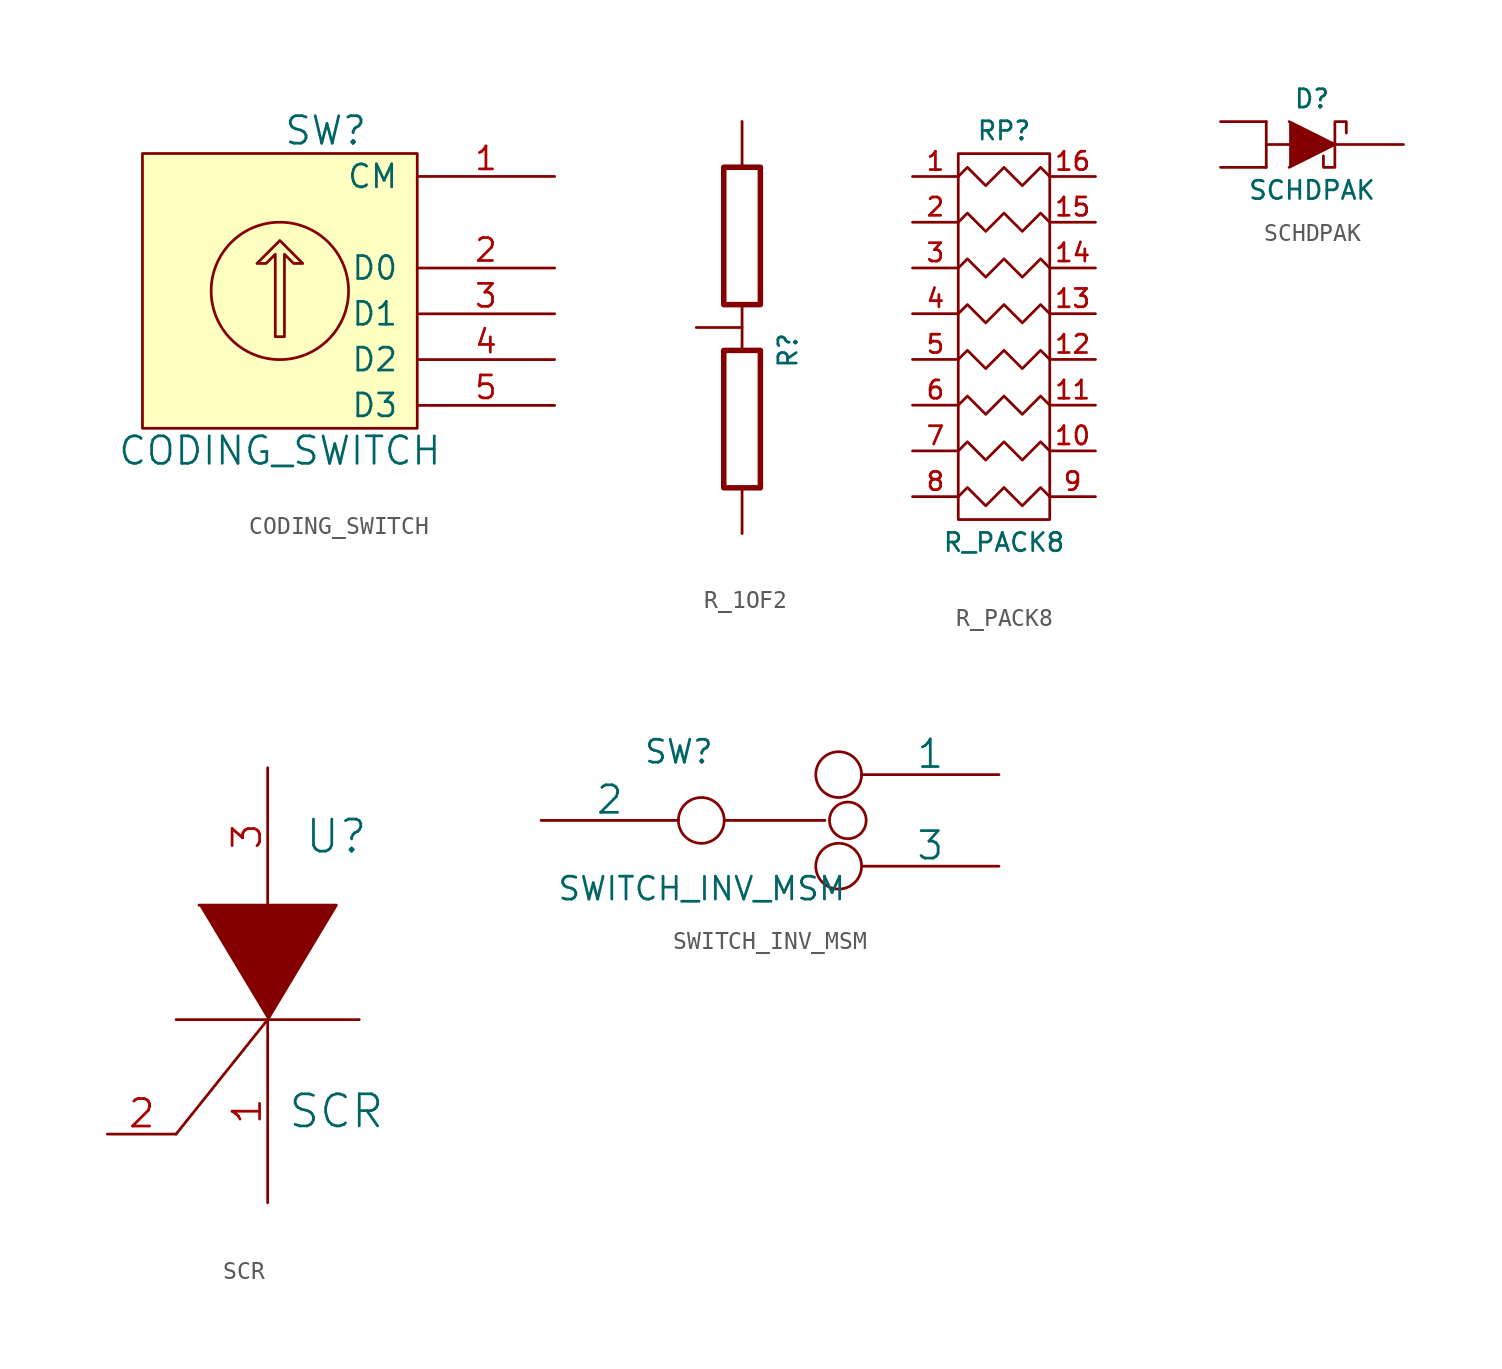
<source format=kicad_sym>
(kicad_symbol_lib
  (version 20211014)
  (generator kicad_symbol_editor)
  (symbol "CODING_SWITCH"
    (pin_names
      (offset 1.016))
    (property "Reference" "SW"
      (at 2.54 8.89 0)
      (effects (font (size 1.524 1.524))))
    (property "Value" "CODING_SWITCH"
      (at 0 -8.865 0)
      (effects (font (size 1.524 1.524))))
    (property "Footprint" ""
      (at 0 0 0)
      (effects (font (size 1.524 1.524))))
    (property "Datasheet" ""
      (at 0 0 0)
      (effects (font (size 1.524 1.524))))
    (symbol "CODING_SWITCH_0_1"
      (polyline (pts (xy -0.254 -2.54) (xy -0.254 2.032) (xy -0.762 1.524) (xy -1.27 1.524) (xy 0 2.794) (xy 1.27 1.524) (xy 0.762 1.524) (xy 0.254 2.032) (xy 0.254 -2.54) (xy -0.254 -2.54) (xy -0.254 -2.54)) (stroke (width 0) (type default) (color 0 0 0 0)) (fill (type none)))
      (circle (center 0 0) (radius 3.81) (stroke (width 0) (type default) (color 0 0 0 0)) (fill (type none)))
      (rectangle (start 7.62 7.62) (end -7.62 -7.62) (stroke (width 0) (type default) (color 0 0 0 0)) (fill (type background))))
    (symbol "CODING_SWITCH_1_1"
      (pin passive line (at 15.24 6.35 180) (length 7.62) (name "CM" (effects (font (size 1.27 1.27)))) (number "1" (effects (font (size 1.27 1.27)))))
      (pin passive line (at 15.24 1.27 180) (length 7.62) (name "D0" (effects (font (size 1.27 1.27)))) (number "2" (effects (font (size 1.27 1.27)))))
      (pin passive line (at 15.24 -1.27 180) (length 7.62) (name "D1" (effects (font (size 1.27 1.27)))) (number "3" (effects (font (size 1.27 1.27)))))
      (pin passive line (at 15.24 -3.81 180) (length 7.62) (name "D2" (effects (font (size 1.27 1.27)))) (number "4" (effects (font (size 1.27 1.27)))))
      (pin passive line (at 15.24 -6.35 180) (length 7.62) (name "D3" (effects (font (size 1.27 1.27)))) (number "5" (effects (font (size 1.27 1.27)))))))
  (symbol "R_1OF2"
    (pin_numbers hide)
    (pin_names
      (offset 0))
    (property "Reference" "R"
      (at 2.54 -6.35 90)
      (effects (font (size 1.016 1.016))))
    (property "Footprint" ""
      (at 1.778 2.54 90)
      (effects (font (size 0.762 0.762))))
    (property "Datasheet" ""
      (at 0 2.54 0)
      (effects (font (size 0.762 0.762))))
    (symbol "R_1OF2_0_1"
      (rectangle (start -1.016 3.81) (end 1.016 -3.81) (stroke (width 0.305) (type default) (color 0 0 0 0)) (fill (type none)))
      (polyline (pts (xy 0 -3.81) (xy 0 -6.35)) (stroke (width 0) (type default) (color 0 0 0 0)) (fill (type none)))
      (rectangle (start 1.016 -13.97) (end -1.016 -6.35) (stroke (width 0.305) (type default) (color 0 0 0 0)) (fill (type none))))
    (symbol "R_1OF2_1_1"
      (pin passive line (at 0 6.35 270) (length 2.54) (name "~" (effects (font (size 1.524 1.524)))) (number "1" (effects (font (size 1.524 1.524)))))
      (pin passive line (at -2.54 -5.08 0) (length 2.54) (name "~" (effects (font (size 1.524 1.524)))) (number "2" (effects (font (size 1.524 1.524)))))
      (pin passive line (at 0 -16.51 90) (length 2.54) (name "~" (effects (font (size 1.524 1.524)))) (number "3" (effects (font (size 1.524 1.524)))))))
  (symbol "R_PACK8"
    (pin_names hide)
    (property "Reference" "RP"
      (at 0 11.43 0)
      (effects (font (size 1.016 1.016))))
    (property "Value" "R_PACK8"
      (at 0 -11.43 0)
      (effects (font (size 1.016 1.016))))
    (property "Footprint" ""
      (at 0 0 0)
      (effects (font (size 1.524 1.524))))
    (property "Datasheet" ""
      (at 0 0 0)
      (effects (font (size 1.524 1.524))))
    (symbol "R_PACK8_0_1"
      (rectangle (start -2.54 10.16) (end 2.54 -10.16) (stroke (width 0) (type default) (color 0 0 0 0)) (fill (type none)))
      (polyline (pts (xy -2.54 -8.89) (xy -2.032 -8.382) (xy -1.016 -9.398) (xy 0 -8.382) (xy 1.016 -9.398) (xy 2.032 -8.382) (xy 2.54 -8.89)) (stroke (width 0) (type default) (color 0 0 0 0)) (fill (type none)))
      (polyline (pts (xy -2.54 -6.35) (xy -2.032 -5.842) (xy -1.016 -6.858) (xy 0 -5.842) (xy 1.016 -6.858) (xy 2.032 -5.842) (xy 2.54 -6.35)) (stroke (width 0) (type default) (color 0 0 0 0)) (fill (type none)))
      (polyline (pts (xy -2.54 -3.81) (xy -2.032 -3.302) (xy -1.016 -4.318) (xy 0 -3.302) (xy 1.016 -4.318) (xy 2.032 -3.302) (xy 2.54 -3.81)) (stroke (width 0) (type default) (color 0 0 0 0)) (fill (type none)))
      (polyline (pts (xy -2.54 -1.27) (xy -2.032 -0.762) (xy -1.016 -1.778) (xy 0 -0.762) (xy 1.016 -1.778) (xy 2.032 -0.762) (xy 2.54 -1.27)) (stroke (width 0) (type default) (color 0 0 0 0)) (fill (type none)))
      (polyline (pts (xy -2.54 1.27) (xy -2.032 1.778) (xy -1.016 0.762) (xy 0 1.778) (xy 1.016 0.762) (xy 2.032 1.778) (xy 2.54 1.27)) (stroke (width 0) (type default) (color 0 0 0 0)) (fill (type none)))
      (polyline (pts (xy -2.54 3.81) (xy -2.032 4.318) (xy -1.016 3.302) (xy 0 4.318) (xy 1.016 3.302) (xy 2.032 4.318) (xy 2.54 3.81)) (stroke (width 0) (type default) (color 0 0 0 0)) (fill (type none)))
      (polyline (pts (xy -2.54 6.35) (xy -2.032 6.858) (xy -1.016 5.842) (xy 0 6.858) (xy 1.016 5.842) (xy 2.032 6.858) (xy 2.54 6.35)) (stroke (width 0) (type default) (color 0 0 0 0)) (fill (type none)))
      (polyline (pts (xy -2.54 8.89) (xy -2.032 9.398) (xy -1.016 8.382) (xy 0 9.398) (xy 1.016 8.382) (xy 2.032 9.398) (xy 2.54 8.89)) (stroke (width 0) (type default) (color 0 0 0 0)) (fill (type none))))
    (symbol "R_PACK8_1_1"
      (pin passive line (at -5.08 8.89 0) (length 2.54) (name "P1" (effects (font (size 1.016 1.016)))) (number "1" (effects (font (size 1.016 1.016)))))
      (pin passive line (at 5.08 -6.35 180) (length 2.54) (name "R7" (effects (font (size 1.016 1.016)))) (number "10" (effects (font (size 1.016 1.016)))))
      (pin passive line (at 5.08 -3.81 180) (length 2.54) (name "R6" (effects (font (size 1.016 1.016)))) (number "11" (effects (font (size 1.016 1.016)))))
      (pin passive line (at 5.08 -1.27 180) (length 2.54) (name "R5" (effects (font (size 1.016 1.016)))) (number "12" (effects (font (size 1.016 1.016)))))
      (pin passive line (at 5.08 1.27 180) (length 2.54) (name "R4" (effects (font (size 1.016 1.016)))) (number "13" (effects (font (size 1.016 1.016)))))
      (pin passive line (at 5.08 3.81 180) (length 2.54) (name "R3" (effects (font (size 1.016 1.016)))) (number "14" (effects (font (size 1.016 1.016)))))
      (pin passive line (at 5.08 6.35 180) (length 2.54) (name "R2" (effects (font (size 1.016 1.016)))) (number "15" (effects (font (size 1.016 1.016)))))
      (pin passive line (at 5.08 8.89 180) (length 2.54) (name "R1" (effects (font (size 1.016 1.016)))) (number "16" (effects (font (size 1.016 1.016)))))
      (pin passive line (at -5.08 6.35 0) (length 2.54) (name "P2" (effects (font (size 1.016 1.016)))) (number "2" (effects (font (size 1.016 1.016)))))
      (pin passive line (at -5.08 3.81 0) (length 2.54) (name "P3" (effects (font (size 1.016 1.016)))) (number "3" (effects (font (size 1.016 1.016)))))
      (pin passive line (at -5.08 1.27 0) (length 2.54) (name "P4" (effects (font (size 1.016 1.016)))) (number "4" (effects (font (size 1.016 1.016)))))
      (pin passive line (at -5.08 -1.27 0) (length 2.54) (name "P5" (effects (font (size 1.016 1.016)))) (number "5" (effects (font (size 1.016 1.016)))))
      (pin passive line (at -5.08 -3.81 0) (length 2.54) (name "P6" (effects (font (size 1.016 1.016)))) (number "6" (effects (font (size 1.016 1.016)))))
      (pin passive line (at -5.08 -6.35 0) (length 2.54) (name "P7" (effects (font (size 1.016 1.016)))) (number "7" (effects (font (size 1.016 1.016)))))
      (pin passive line (at -5.08 -8.89 0) (length 2.54) (name "P8" (effects (font (size 1.016 1.016)))) (number "8" (effects (font (size 1.016 1.016)))))
      (pin passive line (at 5.08 -8.89 180) (length 2.54) (name "R8" (effects (font (size 1.016 1.016)))) (number "9" (effects (font (size 1.016 1.016)))))))
  (symbol "SCHDPAK"
    (pin_numbers hide)
    (pin_names
      (offset 1.016) hide)
    (property "Reference" "D"
      (at 0 2.54 0)
      (effects (font (size 1.016 1.016))))
    (property "Value" "SCHDPAK"
      (at 0 -2.54 0)
      (effects (font (size 1.016 1.016))))
    (property "Footprint" ""
      (at 0 0 0)
      (effects (font (size 1.524 1.524))))
    (property "Datasheet" ""
      (at 0 0 0)
      (effects (font (size 1.524 1.524))))
    (symbol "SCHDPAK_0_1"
      (polyline (pts (xy -2.54 0) (xy -1.27 0)) (stroke (width 0) (type default) (color 0 0 0 0)) (fill (type none)))
      (polyline (pts (xy -2.54 1.27) (xy -2.54 -1.27)) (stroke (width 0) (type default) (color 0 0 0 0)) (fill (type none)))
      (polyline (pts (xy -1.27 1.27) (xy 1.27 0) (xy -1.27 -1.27)) (stroke (width 0) (type default) (color 0 0 0 0)) (fill (type outline)))
      (polyline (pts (xy 1.905 0.635) (xy 1.905 1.27) (xy 1.27 1.27) (xy 1.27 -1.27) (xy 0.635 -1.27) (xy 0.635 -0.635)) (stroke (width 0) (type default) (color 0 0 0 0)) (fill (type none))))
    (symbol "SCHDPAK_1_1"
      (pin passive line (at -5.08 -1.27 0) (length 2.54) (name "A" (effects (font (size 1.016 1.016)))) (number "1" (effects (font (size 1.016 1.016)))))
      (pin passive line (at 5.08 0 180) (length 3.81) (name "K" (effects (font (size 1.016 1.016)))) (number "2" (effects (font (size 1.016 1.016)))))
      (pin input line (at -5.08 1.27 0) (length 2.54) (name "A" (effects (font (size 1.016 1.016)))) (number "3" (effects (font (size 1.016 1.016)))))))
  (symbol "SCR"
    (pin_names
      (offset 0.254) hide)
    (property "Reference" "U"
      (at 3.81 6.35 0)
      (effects (font (size 1.778 1.778))))
    (property "Value" "SCR"
      (at 3.81 -8.89 0)
      (effects (font (size 1.778 1.778))))
    (property "Footprint" ""
      (at 0 0 0)
      (effects (font (size 1.524 1.524))))
    (property "Datasheet" ""
      (at 0 0 0)
      (effects (font (size 1.524 1.524))))
    (symbol "SCR_0_0"
      (polyline (pts (xy -5.08 -3.81) (xy 5.08 -3.81)) (stroke (width 0) (type default) (color 0 0 0 0)) (fill (type none))))
    (symbol "SCR_0_1"
      (polyline (pts (xy 0 -3.81) (xy -5.08 -10.16)) (stroke (width 0) (type default) (color 0 0 0 0)) (fill (type none)))
      (polyline (pts (xy -3.81 2.54) (xy 3.81 2.54) (xy 0 -3.81)) (stroke (width 0) (type default) (color 0 0 0 0)) (fill (type outline))))
    (symbol "SCR_1_1"
      (pin input line (at 0 -13.97 90) (length 10.16) (name "K" (effects (font (size 1.778 1.778)))) (number "1" (effects (font (size 1.524 1.524)))))
      (pin input line (at -8.89 -10.16 0) (length 3.81) (name "G" (effects (font (size 1.524 1.524)))) (number "2" (effects (font (size 1.524 1.524)))))
      (pin input line (at 0 10.16 270) (length 7.62) (name "A" (effects (font (size 1.524 1.524)))) (number "3" (effects (font (size 1.524 1.524)))))))
  (symbol "SWITCH_INV_MSM"
    (pin_numbers hide)
    (pin_names
      (offset 0))
    (property "Reference" "SW"
      (at -5.055 3.81 0)
      (effects (font (size 1.27 1.27))))
    (property "Value" "SWITCH_INV_MSM"
      (at -3.785 -3.785 0)
      (effects (font (size 1.27 1.27))))
    (property "Footprint" ""
      (at 0 0 0)
      (effects (font (size 1.524 1.524))))
    (property "Datasheet" ""
      (at 0 0 0)
      (effects (font (size 1.524 1.524))))
    (symbol "SWITCH_INV_MSM_0_0"
      (circle (center -3.81 0) (radius 1.27) (stroke (width 0) (type default) (color 0 0 0 0)) (fill (type none)))
      (circle (center 3.81 -2.54) (radius 1.27) (stroke (width 0) (type default) (color 0 0 0 0)) (fill (type none))))
    (symbol "SWITCH_INV_MSM_0_1"
      (polyline (pts (xy -2.54 0) (xy 3.048 0) (xy 3.048 0) (xy 3.048 0) (xy 3.048 0)) (stroke (width 0) (type default) (color 0 0 0 0)) (fill (type none)))
      (circle (center 3.81 2.54) (radius 1.27) (stroke (width 0) (type default) (color 0 0 0 0)) (fill (type none)))
      (circle (center 4.318 0) (radius 1.016) (stroke (width 0) (type default) (color 0 0 0 0)) (fill (type none))))
    (symbol "SWITCH_INV_MSM_1_1"
      (pin passive line (at 12.7 2.54 180) (length 7.62) (name "1" (effects (font (size 1.524 1.524)))) (number "1" (effects (font (size 1.524 1.524)))))
      (pin passive line (at -12.7 0 0) (length 7.62) (name "2" (effects (font (size 1.524 1.524)))) (number "2" (effects (font (size 1.524 1.524)))))
      (pin passive line (at 12.7 -2.54 180) (length 7.62) (name "3" (effects (font (size 1.524 1.524)))) (number "3" (effects (font (size 1.524 1.524))))))))
</source>
